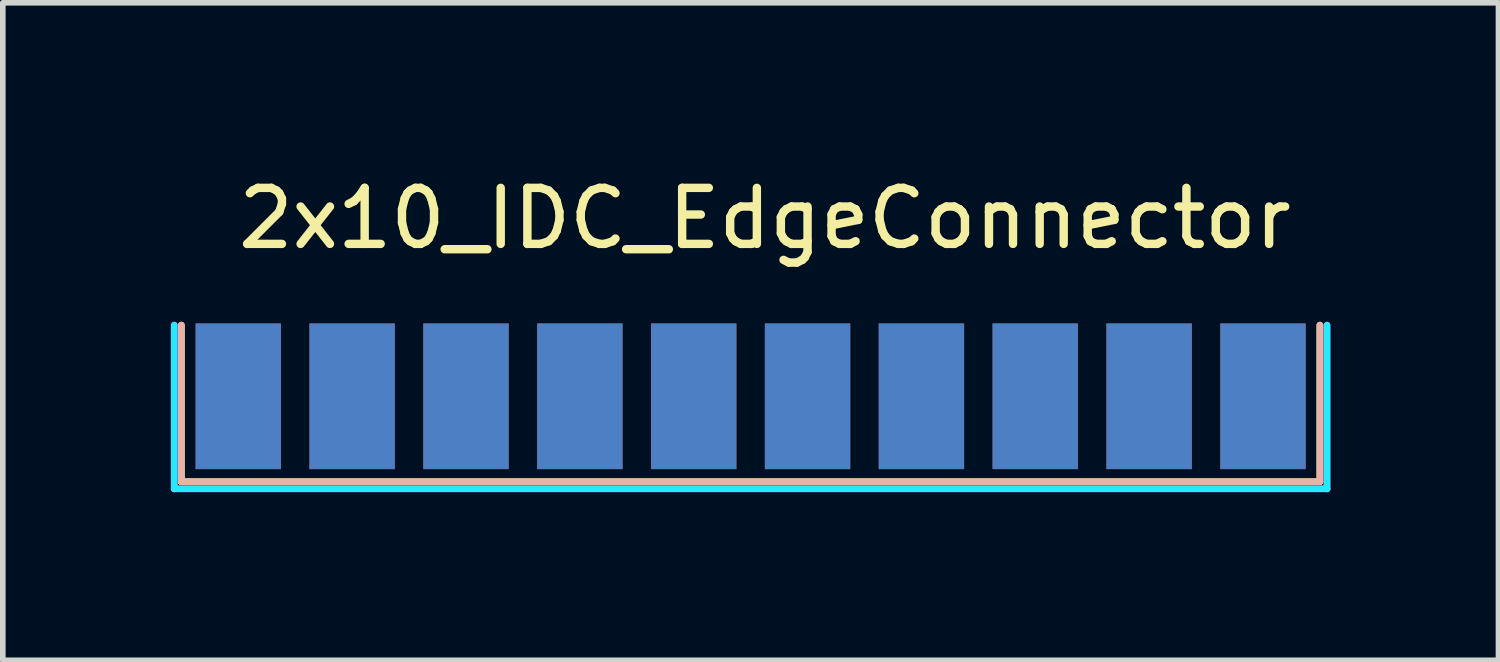
<source format=kicad_pcb>
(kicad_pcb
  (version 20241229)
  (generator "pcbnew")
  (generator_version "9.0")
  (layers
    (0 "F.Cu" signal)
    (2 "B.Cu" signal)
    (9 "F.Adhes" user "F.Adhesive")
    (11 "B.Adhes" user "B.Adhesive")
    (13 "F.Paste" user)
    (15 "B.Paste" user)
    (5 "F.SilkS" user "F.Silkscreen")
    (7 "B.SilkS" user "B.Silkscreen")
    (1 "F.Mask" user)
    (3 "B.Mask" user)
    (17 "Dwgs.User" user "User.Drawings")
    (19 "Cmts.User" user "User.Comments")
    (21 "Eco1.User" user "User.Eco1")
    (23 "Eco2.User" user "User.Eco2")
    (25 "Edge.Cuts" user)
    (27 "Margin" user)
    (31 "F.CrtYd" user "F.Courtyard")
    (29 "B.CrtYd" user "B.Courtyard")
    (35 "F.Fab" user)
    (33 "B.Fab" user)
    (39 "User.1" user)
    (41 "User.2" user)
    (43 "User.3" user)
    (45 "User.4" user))
  (footprint "2x10_IDC_EdgeConnector"
    (layer "F.Cu")
    (at 10.347 4.023)
    (property "Reference" "2x10_IDC_EdgeConnector" (at 0.254 -3.175 0) (layer "F.SilkS") (effects (font (size 1 1) (thickness 0.15))))
    (attr through_hole)
    (fp_line (start -10.16 -1.27) (end -10.16 1.524) (stroke (width 0.12) (type solid)) (layer "F.SilkS"))
    (fp_line (start -10.16 1.524) (end 10.16 1.524) (stroke (width 0.12) (type solid)) (layer "F.SilkS"))
    (fp_line (start 10.16 1.524) (end 10.16 -1.27) (stroke (width 0.12) (type solid)) (layer "F.SilkS"))
    (fp_line (start -10.16 1.524) (end -10.16 -1.27) (stroke (width 0.12) (type solid)) (layer "B.SilkS"))
    (fp_line (start 10.16 -1.27) (end 10.16 1.524) (stroke (width 0.12) (type solid)) (layer "B.SilkS"))
    (fp_line (start 10.16 1.524) (end -10.16 1.524) (stroke (width 0.12) (type solid)) (layer "B.SilkS"))
    (fp_line (start -10.287 1.651) (end -10.287 -1.27) (stroke (width 0.12) (type solid)) (layer "B.CrtYd"))
    (fp_line (start 10.287 -1.27) (end 10.287 1.651) (stroke (width 0.12) (type solid)) (layer "B.CrtYd"))
    (fp_line (start 10.287 1.651) (end -10.287 1.651) (stroke (width 0.12) (type solid)) (layer "B.CrtYd"))
    (fp_line (start -10.287 1.651) (end -10.287 -1.27) (stroke (width 0.12) (type solid)) (layer "F.CrtYd"))
    (fp_line (start 10.287 -1.27) (end 10.287 1.651) (stroke (width 0.12) (type solid)) (layer "F.CrtYd"))
    (fp_line (start 10.287 1.651) (end -10.287 1.651) (stroke (width 0.12) (type solid)) (layer "F.CrtYd"))
    (pad "1" smd rect (at 9.144 0) (size 1.524 2.6) (layers "F.Cu" "F.Mask" "F.Paste"))
    (pad "2" smd rect (at 9.144 0) (size 1.524 2.6) (layers "B.Cu" "B.Mask" "B.Paste"))
    (pad "3" smd rect (at 7.112 0) (size 1.524 2.6) (layers "F.Cu" "F.Mask" "F.Paste"))
    (pad "4" smd rect (at 7.112 0) (size 1.524 2.6) (layers "B.Cu" "B.Mask" "B.Paste"))
    (pad "5" smd rect (at 5.08 0) (size 1.524 2.6) (layers "F.Cu" "F.Mask" "F.Paste"))
    (pad "6" smd rect (at 5.08 0) (size 1.524 2.6) (layers "B.Cu" "B.Mask" "B.Paste"))
    (pad "7" smd rect (at 3.048 0) (size 1.524 2.6) (layers "F.Cu" "F.Mask" "F.Paste"))
    (pad "8" smd rect (at 3.048 0) (size 1.524 2.6) (layers "B.Cu" "B.Mask" "B.Paste"))
    (pad "9" smd rect (at 1.016 0) (size 1.524 2.6) (layers "F.Cu" "F.Mask" "F.Paste"))
    (pad "10" smd rect (at 1.016 0) (size 1.524 2.6) (layers "B.Cu" "B.Mask" "B.Paste"))
    (pad "11" smd rect (at -1.016 0) (size 1.524 2.6) (layers "F.Cu" "F.Mask" "F.Paste"))
    (pad "12" smd rect (at -1.016 0) (size 1.524 2.6) (layers "B.Cu" "B.Mask" "B.Paste"))
    (pad "13" smd rect (at -3.048 0) (size 1.524 2.6) (layers "F.Cu" "F.Mask" "F.Paste"))
    (pad "14" smd rect (at -3.048 0) (size 1.524 2.6) (layers "B.Cu" "B.Mask" "B.Paste"))
    (pad "15" smd rect (at -5.08 0) (size 1.524 2.6) (layers "F.Cu" "F.Mask" "F.Paste"))
    (pad "16" smd rect (at -5.08 0) (size 1.524 2.6) (layers "B.Cu" "B.Mask" "B.Paste"))
    (pad "17" smd rect (at -7.112 0) (size 1.524 2.6) (layers "F.Cu" "F.Mask" "F.Paste"))
    (pad "18" smd rect (at -7.112 0) (size 1.524 2.6) (layers "B.Cu" "B.Mask" "B.Paste"))
    (pad "19" smd rect (at -9.144 0) (size 1.524 2.6) (layers "F.Cu" "F.Mask" "F.Paste"))
    (pad "20" smd rect (at -9.144 0) (size 1.524 2.6) (layers "B.Cu" "B.Mask" "B.Paste")))
  (gr_rect
    (start -3 -3)
    (end 23.694 8.734)
    (stroke (width 0.1) (type default))
    (fill no)
    (layer "Edge.Cuts")))
</source>
